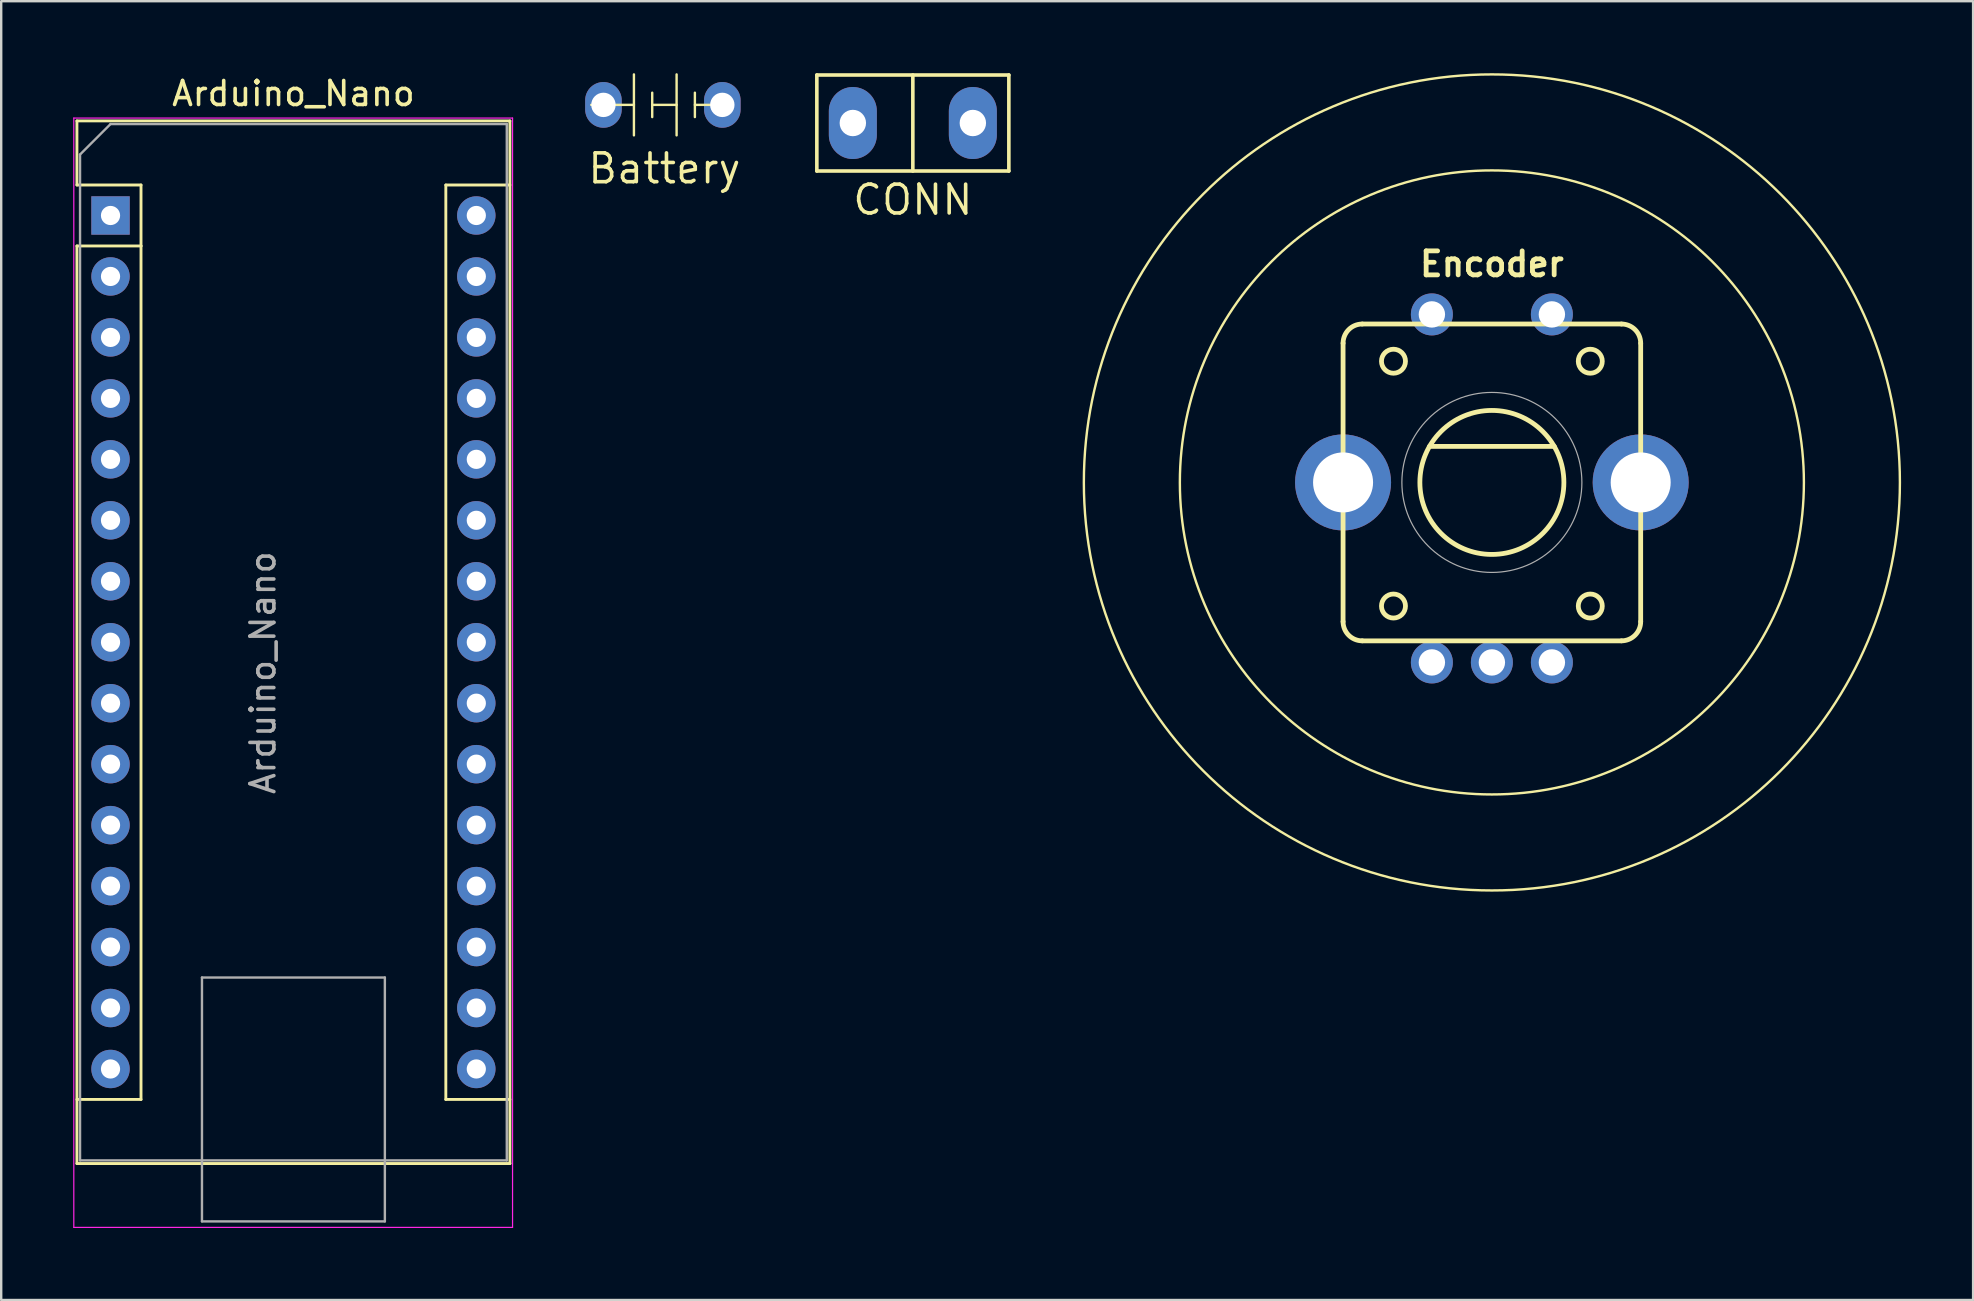
<source format=kicad_pcb>
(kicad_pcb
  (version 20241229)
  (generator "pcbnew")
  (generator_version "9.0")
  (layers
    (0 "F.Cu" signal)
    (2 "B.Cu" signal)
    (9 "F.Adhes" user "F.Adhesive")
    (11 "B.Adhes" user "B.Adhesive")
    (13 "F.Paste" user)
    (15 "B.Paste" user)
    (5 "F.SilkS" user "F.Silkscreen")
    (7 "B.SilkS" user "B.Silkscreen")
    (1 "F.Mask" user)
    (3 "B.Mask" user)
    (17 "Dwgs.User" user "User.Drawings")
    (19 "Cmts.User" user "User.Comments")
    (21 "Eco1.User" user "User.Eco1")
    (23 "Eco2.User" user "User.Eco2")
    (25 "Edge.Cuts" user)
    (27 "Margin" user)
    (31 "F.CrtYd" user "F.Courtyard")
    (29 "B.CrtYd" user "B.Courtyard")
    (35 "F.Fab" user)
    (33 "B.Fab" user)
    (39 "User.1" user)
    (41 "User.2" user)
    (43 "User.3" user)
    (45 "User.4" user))
  (footprint "CONN"
    (layer "F.Cu")
    (at 34.983 2.075)
    (property "Reference" "CONN" (at 0 3.2 0) (layer "F.SilkS") (effects (font (size 1.2 1.2) (thickness 0.15))))
    (attr through_hole)
    (fp_line (start -4 -2) (end 4 -2) (stroke (width 0.15) (type solid)) (layer "F.SilkS"))
    (fp_line (start -4 2) (end -4 -2) (stroke (width 0.15) (type solid)) (layer "F.SilkS"))
    (fp_line (start 0 -2) (end 0 2) (stroke (width 0.15) (type solid)) (layer "F.SilkS"))
    (fp_line (start 4 -2) (end 4 2) (stroke (width 0.15) (type solid)) (layer "F.SilkS"))
    (fp_line (start 4 2) (end -4 2) (stroke (width 0.15) (type solid)) (layer "F.SilkS"))
    (pad "1" thru_hole oval (at -2.5 0) (size 2 3) (drill 1.1) (layers "*.Cu" "*.Mask"))
    (pad "2" thru_hole oval (at 2.5 0) (size 2 3) (drill 1.1) (layers "*.Cu" "*.Mask")))
  (footprint "Encoder"
    (layer "F.Cu")
    (at 59.108 17.05)
    (property "Reference" "Encoder" (at 0 -9.1 0) (layer "F.SilkS") (effects (font (size 1 1) (thickness 0.2))))
    (attr through_hole)
    (fp_line (start -6.2 5.8) (end -6.2 -5.8) (stroke (width 0.2) (type solid)) (layer "F.SilkS"))
    (fp_line (start -5.4 -6.6) (end 5.4 -6.6) (stroke (width 0.2) (type solid)) (layer "F.SilkS"))
    (fp_line (start -5.4 6.6) (end 5.4 6.6) (stroke (width 0.2) (type solid)) (layer "F.SilkS"))
    (fp_line (start -2.6 -1.5) (end 2.6 -1.5) (stroke (width 0.2) (type solid)) (layer "F.SilkS"))
    (fp_line (start 6.2 -5.8) (end 6.2 5.8) (stroke (width 0.2) (type solid)) (layer "F.SilkS"))
    (fp_arc (start -6.2 -5.8) (mid -5.965685 -6.365685) (end -5.4 -6.6) (stroke (width 0.2) (type solid)) (layer "F.SilkS"))
    (fp_arc (start -5.4 6.6) (mid -5.965685 6.365685) (end -6.2 5.8) (stroke (width 0.2) (type solid)) (layer "F.SilkS"))
    (fp_arc (start 5.4 -6.6) (mid 5.965685 -6.365685) (end 6.2 -5.8) (stroke (width 0.2) (type solid)) (layer "F.SilkS"))
    (fp_arc (start 6.2 5.8) (mid 5.965685 6.365685) (end 5.4 6.6) (stroke (width 0.2) (type solid)) (layer "F.SilkS"))
    (fp_circle (center -4.1 -5.05) (end -3.6 -5.05) (stroke (width 0.2) (type solid)) (fill no) (layer "F.SilkS"))
    (fp_circle (center -4.1 5.15) (end -3.6 5.15) (stroke (width 0.2) (type solid)) (fill no) (layer "F.SilkS"))
    (fp_circle (center 0 0) (end 3 0) (stroke (width 0.2) (type solid)) (fill no) (layer "F.SilkS"))
    (fp_circle (center 0 0) (end 13 0) (stroke (width 0.1) (type solid)) (fill no) (layer "F.SilkS"))
    (fp_circle (center 0 0) (end 17 0) (stroke (width 0.1) (type solid)) (fill no) (layer "F.SilkS"))
    (fp_circle (center 4.1 -5.05) (end 4.6 -5.05) (stroke (width 0.2) (type solid)) (fill no) (layer "F.SilkS"))
    (fp_circle (center 4.1 5.15) (end 4.6 5.15) (stroke (width 0.2) (type solid)) (fill no) (layer "F.SilkS"))
    (fp_circle (center 0 0) (end 3.75 0) (stroke (width 0.05) (type solid)) (fill no) (layer "F.Fab"))
    (pad "1" thru_hole circle (at -2.5 7.5) (size 1.75 1.75) (drill 1.1) (layers "*.Cu" "*.Mask"))
    (pad "2" thru_hole circle (at 0 7.5) (size 1.75 1.75) (drill 1.1) (layers "*.Cu" "*.Mask"))
    (pad "3" thru_hole circle (at 2.5 7.5) (size 1.75 1.75) (drill 1.1) (layers "*.Cu" "*.Mask"))
    (pad "4" thru_hole circle (at -2.5 -7) (size 1.75 1.75) (drill 1.1) (layers "*.Cu" "*.Mask"))
    (pad "5" thru_hole circle (at 2.5 -7) (size 1.75 1.75) (drill 1.1) (layers "*.Cu" "*.Mask"))
    (pad "body" thru_hole oval (at -6.2 0) (size 4 4) (drill 2.5) (layers "*.Cu" "*.Mask"))
    (pad "body" thru_hole oval (at 6.2 0) (size 4 4) (drill 2.5) (layers "*.Cu" "*.Mask")))
  (footprint "Battery"
    (layer "F.Cu")
    (at 24.632 1.32)
    (property "Reference" "Battery" (at 0 2.652 0) (layer "F.SilkS") (effects (font (size 1.2 1.2) (thickness 0.15))))
    (attr through_hole)
    (fp_line (start -3.048 0) (end -1.27 0) (stroke (width 0.1) (type solid)) (layer "F.SilkS"))
    (fp_line (start -1.27 -1.27) (end -1.27 1.27) (stroke (width 0.1) (type solid)) (layer "F.SilkS"))
    (fp_line (start -0.508 -0.508) (end -0.508 0.508) (stroke (width 0.1) (type solid)) (layer "F.SilkS"))
    (fp_line (start 0.508 -1.27) (end 0.508 1.27) (stroke (width 0.1) (type solid)) (layer "F.SilkS"))
    (fp_line (start 0.508 0) (end -0.508 0) (stroke (width 0.1) (type solid)) (layer "F.SilkS"))
    (fp_line (start 1.27 -0.508) (end 1.27 0.508) (stroke (width 0.1) (type solid)) (layer "F.SilkS"))
    (fp_line (start 1.27 0) (end 2.794 0) (stroke (width 0.1) (type solid)) (layer "F.SilkS"))
    (pad "1" thru_hole oval (at -2.54 0) (size 1.524 1.905) (drill 1.016) (layers "*.Cu" "*.Mask"))
    (pad "2" thru_hole oval (at 2.413 0) (size 1.524 1.905) (drill 1.016) (layers "*.Cu" "*.Mask")))
  (footprint "Arduino_Nano"
    (layer "F.Cu")
    (at 1.555 5.928)
    (property "Reference" "Arduino_Nano" (at 7.62 -5.08 0) (layer "F.SilkS") (effects (font (size 1 1) (thickness 0.15))))
    (attr through_hole)
    (fp_line (start -1.4 -3.94) (end -1.4 -1.27) (stroke (width 0.12) (type solid)) (layer "F.SilkS"))
    (fp_line (start -1.4 1.27) (end -1.4 39.5) (stroke (width 0.12) (type solid)) (layer "F.SilkS"))
    (fp_line (start -1.4 39.5) (end 16.64 39.5) (stroke (width 0.12) (type solid)) (layer "F.SilkS"))
    (fp_line (start 1.27 -1.27) (end -1.4 -1.27) (stroke (width 0.12) (type solid)) (layer "F.SilkS"))
    (fp_line (start 1.27 1.27) (end -1.4 1.27) (stroke (width 0.12) (type solid)) (layer "F.SilkS"))
    (fp_line (start 1.27 1.27) (end 1.27 -1.27) (stroke (width 0.12) (type solid)) (layer "F.SilkS"))
    (fp_line (start 1.27 1.27) (end 1.27 36.83) (stroke (width 0.12) (type solid)) (layer "F.SilkS"))
    (fp_line (start 1.27 36.83) (end -1.4 36.83) (stroke (width 0.12) (type solid)) (layer "F.SilkS"))
    (fp_line (start 13.97 -1.27) (end 13.97 36.83) (stroke (width 0.12) (type solid)) (layer "F.SilkS"))
    (fp_line (start 13.97 -1.27) (end 16.64 -1.27) (stroke (width 0.12) (type solid)) (layer "F.SilkS"))
    (fp_line (start 13.97 36.83) (end 16.64 36.83) (stroke (width 0.12) (type solid)) (layer "F.SilkS"))
    (fp_line (start 16.64 -3.94) (end -1.4 -3.94) (stroke (width 0.12) (type solid)) (layer "F.SilkS"))
    (fp_line (start 16.64 39.5) (end 16.64 -3.94) (stroke (width 0.12) (type solid)) (layer "F.SilkS"))
    (fp_line (start -1.53 -4.06) (end -1.53 42.16) (stroke (width 0.05) (type solid)) (layer "F.CrtYd"))
    (fp_line (start -1.53 -4.06) (end 16.75 -4.06) (stroke (width 0.05) (type solid)) (layer "F.CrtYd"))
    (fp_line (start 16.75 42.16) (end -1.53 42.16) (stroke (width 0.05) (type solid)) (layer "F.CrtYd"))
    (fp_line (start 16.75 42.16) (end 16.75 -4.06) (stroke (width 0.05) (type solid)) (layer "F.CrtYd"))
    (fp_line (start -1.27 -2.54) (end 0 -3.81) (stroke (width 0.1) (type solid)) (layer "F.Fab"))
    (fp_line (start -1.27 39.37) (end -1.27 -2.54) (stroke (width 0.1) (type solid)) (layer "F.Fab"))
    (fp_line (start 0 -3.81) (end 16.51 -3.81) (stroke (width 0.1) (type solid)) (layer "F.Fab"))
    (fp_line (start 3.81 31.75) (end 11.43 31.75) (stroke (width 0.1) (type solid)) (layer "F.Fab"))
    (fp_line (start 3.81 41.91) (end 3.81 31.75) (stroke (width 0.1) (type solid)) (layer "F.Fab"))
    (fp_line (start 11.43 31.75) (end 11.43 41.91) (stroke (width 0.1) (type solid)) (layer "F.Fab"))
    (fp_line (start 11.43 41.91) (end 3.81 41.91) (stroke (width 0.1) (type solid)) (layer "F.Fab"))
    (fp_line (start 16.51 -3.81) (end 16.51 39.37) (stroke (width 0.1) (type solid)) (layer "F.Fab"))
    (fp_line (start 16.51 39.37) (end -1.27 39.37) (stroke (width 0.1) (type solid)) (layer "F.Fab"))
    (fp_text user "${REFERENCE}" (at 6.35 19.05 90) (layer "F.Fab") (effects (font (size 1 1) (thickness 0.15))))
    (pad "1" thru_hole rect (at 0 0) (size 1.6 1.6) (drill 0.8) (layers "*.Cu" "*.Mask"))
    (pad "2" thru_hole oval (at 0 2.54) (size 1.6 1.6) (drill 0.8) (layers "*.Cu" "*.Mask"))
    (pad "3" thru_hole oval (at 0 5.08) (size 1.6 1.6) (drill 0.8) (layers "*.Cu" "*.Mask"))
    (pad "4" thru_hole oval (at 0 7.62) (size 1.6 1.6) (drill 0.8) (layers "*.Cu" "*.Mask"))
    (pad "5" thru_hole oval (at 0 10.16) (size 1.6 1.6) (drill 0.8) (layers "*.Cu" "*.Mask"))
    (pad "6" thru_hole oval (at 0 12.7) (size 1.6 1.6) (drill 0.8) (layers "*.Cu" "*.Mask"))
    (pad "7" thru_hole oval (at 0 15.24) (size 1.6 1.6) (drill 0.8) (layers "*.Cu" "*.Mask"))
    (pad "8" thru_hole oval (at 0 17.78) (size 1.6 1.6) (drill 0.8) (layers "*.Cu" "*.Mask"))
    (pad "9" thru_hole oval (at 0 20.32) (size 1.6 1.6) (drill 0.8) (layers "*.Cu" "*.Mask"))
    (pad "10" thru_hole oval (at 0 22.86) (size 1.6 1.6) (drill 0.8) (layers "*.Cu" "*.Mask"))
    (pad "11" thru_hole oval (at 0 25.4) (size 1.6 1.6) (drill 0.8) (layers "*.Cu" "*.Mask"))
    (pad "12" thru_hole oval (at 0 27.94) (size 1.6 1.6) (drill 0.8) (layers "*.Cu" "*.Mask"))
    (pad "13" thru_hole oval (at 0 30.48) (size 1.6 1.6) (drill 0.8) (layers "*.Cu" "*.Mask"))
    (pad "14" thru_hole oval (at 0 33.02) (size 1.6 1.6) (drill 0.8) (layers "*.Cu" "*.Mask"))
    (pad "15" thru_hole oval (at 0 35.56) (size 1.6 1.6) (drill 0.8) (layers "*.Cu" "*.Mask"))
    (pad "16" thru_hole oval (at 15.24 35.56) (size 1.6 1.6) (drill 0.8) (layers "*.Cu" "*.Mask"))
    (pad "17" thru_hole oval (at 15.24 33.02) (size 1.6 1.6) (drill 0.8) (layers "*.Cu" "*.Mask"))
    (pad "18" thru_hole oval (at 15.24 30.48) (size 1.6 1.6) (drill 0.8) (layers "*.Cu" "*.Mask"))
    (pad "19" thru_hole oval (at 15.24 27.94) (size 1.6 1.6) (drill 0.8) (layers "*.Cu" "*.Mask"))
    (pad "20" thru_hole oval (at 15.24 25.4) (size 1.6 1.6) (drill 0.8) (layers "*.Cu" "*.Mask"))
    (pad "21" thru_hole oval (at 15.24 22.86) (size 1.6 1.6) (drill 0.8) (layers "*.Cu" "*.Mask"))
    (pad "22" thru_hole oval (at 15.24 20.32) (size 1.6 1.6) (drill 0.8) (layers "*.Cu" "*.Mask"))
    (pad "23" thru_hole oval (at 15.24 17.78) (size 1.6 1.6) (drill 0.8) (layers "*.Cu" "*.Mask"))
    (pad "24" thru_hole oval (at 15.24 15.24) (size 1.6 1.6) (drill 0.8) (layers "*.Cu" "*.Mask"))
    (pad "25" thru_hole oval (at 15.24 12.7) (size 1.6 1.6) (drill 0.8) (layers "*.Cu" "*.Mask"))
    (pad "26" thru_hole oval (at 15.24 10.16) (size 1.6 1.6) (drill 0.8) (layers "*.Cu" "*.Mask"))
    (pad "27" thru_hole oval (at 15.24 7.62) (size 1.6 1.6) (drill 0.8) (layers "*.Cu" "*.Mask"))
    (pad "28" thru_hole oval (at 15.24 5.08) (size 1.6 1.6) (drill 0.8) (layers "*.Cu" "*.Mask"))
    (pad "29" thru_hole oval (at 15.24 2.54) (size 1.6 1.6) (drill 0.8) (layers "*.Cu" "*.Mask"))
    (pad "30" thru_hole oval (at 15.24 0) (size 1.6 1.6) (drill 0.8) (layers "*.Cu" "*.Mask")))
  (gr_rect
    (start -3 -3)
    (end 79.158 51.113)
    (stroke (width 0.1) (type default))
    (fill no)
    (layer "Edge.Cuts")))
</source>
